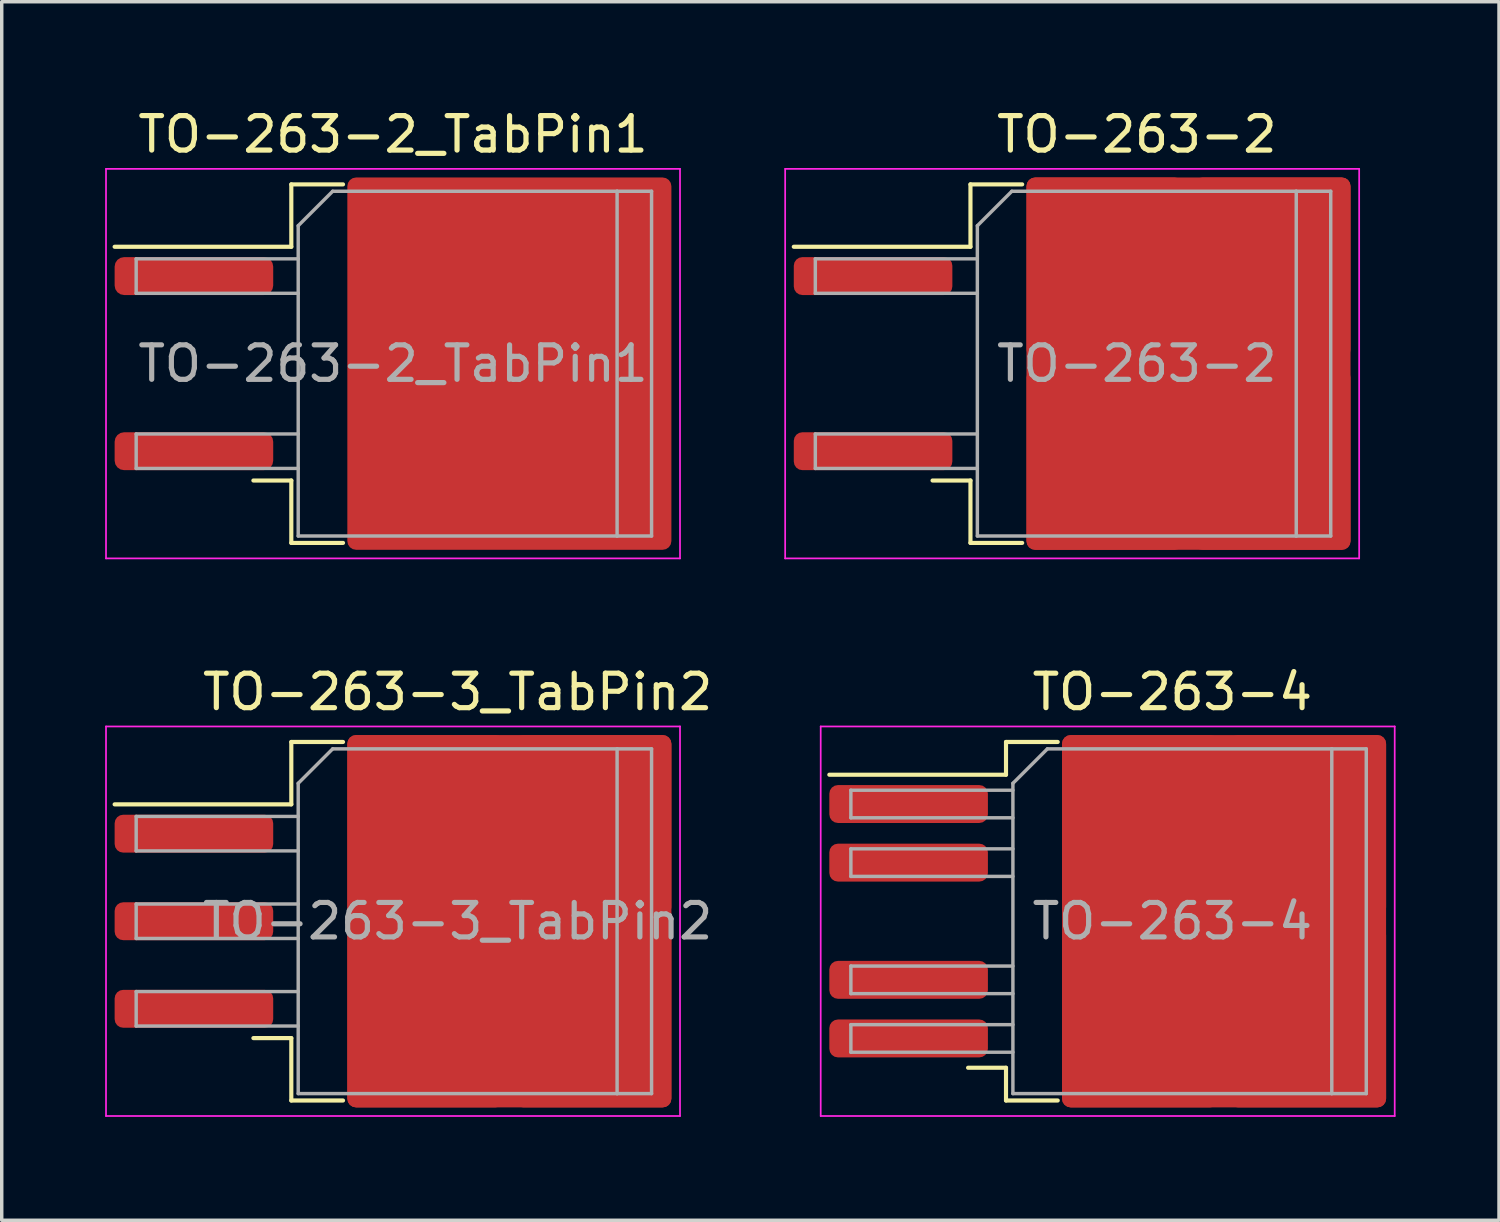
<source format=kicad_pcb>
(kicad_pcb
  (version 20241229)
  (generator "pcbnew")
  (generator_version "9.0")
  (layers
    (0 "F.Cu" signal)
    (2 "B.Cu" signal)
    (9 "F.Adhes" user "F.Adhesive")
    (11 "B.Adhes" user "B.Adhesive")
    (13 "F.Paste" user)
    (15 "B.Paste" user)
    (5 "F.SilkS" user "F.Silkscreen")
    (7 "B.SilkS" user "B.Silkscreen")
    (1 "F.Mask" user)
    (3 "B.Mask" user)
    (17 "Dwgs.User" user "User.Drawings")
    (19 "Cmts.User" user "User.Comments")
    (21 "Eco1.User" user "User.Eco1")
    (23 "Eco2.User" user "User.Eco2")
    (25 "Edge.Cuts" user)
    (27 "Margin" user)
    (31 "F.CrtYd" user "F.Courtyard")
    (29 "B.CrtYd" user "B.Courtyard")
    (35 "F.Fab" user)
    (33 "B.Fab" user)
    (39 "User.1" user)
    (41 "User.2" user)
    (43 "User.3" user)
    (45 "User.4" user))
  (footprint "TO-263-2_TabPin1"
    (layer "F.Cu")
    (at 10.225 7.498)
    (property "Reference" "TO-263-2_TabPin1" (at -1.875 -6.65 0) (layer "F.SilkS") (effects (font (size 1 1) (thickness 0.15))))
    (attr smd)
    (fp_line (start -4.825 -5.2) (end -4.825 -3.39) (stroke (width 0.12) (type solid)) (layer "F.SilkS"))
    (fp_line (start -4.825 -3.39) (end -9.95 -3.39) (stroke (width 0.12) (type solid)) (layer "F.SilkS"))
    (fp_line (start -4.825 3.39) (end -5.925 3.39) (stroke (width 0.12) (type solid)) (layer "F.SilkS"))
    (fp_line (start -4.825 5.2) (end -4.825 3.39) (stroke (width 0.12) (type solid)) (layer "F.SilkS"))
    (fp_line (start -3.325 -5.2) (end -4.825 -5.2) (stroke (width 0.12) (type solid)) (layer "F.SilkS"))
    (fp_line (start -3.325 5.2) (end -4.825 5.2) (stroke (width 0.12) (type solid)) (layer "F.SilkS"))
    (fp_line (start -10.2 -5.65) (end -10.2 5.65) (stroke (width 0.05) (type solid)) (layer "F.CrtYd"))
    (fp_line (start -10.2 5.65) (end 6.45 5.65) (stroke (width 0.05) (type solid)) (layer "F.CrtYd"))
    (fp_line (start 6.45 -5.65) (end -10.2 -5.65) (stroke (width 0.05) (type solid)) (layer "F.CrtYd"))
    (fp_line (start 6.45 5.65) (end 6.45 -5.65) (stroke (width 0.05) (type solid)) (layer "F.CrtYd"))
    (fp_line (start -9.325 -3.04) (end -9.325 -2.04) (stroke (width 0.1) (type solid)) (layer "F.Fab"))
    (fp_line (start -9.325 -2.04) (end -4.625 -2.04) (stroke (width 0.1) (type solid)) (layer "F.Fab"))
    (fp_line (start -9.325 2.04) (end -9.325 3.04) (stroke (width 0.1) (type solid)) (layer "F.Fab"))
    (fp_line (start -9.325 3.04) (end -4.625 3.04) (stroke (width 0.1) (type solid)) (layer "F.Fab"))
    (fp_line (start -4.625 -4) (end -3.625 -5) (stroke (width 0.1) (type solid)) (layer "F.Fab"))
    (fp_line (start -4.625 -3.04) (end -9.325 -3.04) (stroke (width 0.1) (type solid)) (layer "F.Fab"))
    (fp_line (start -4.625 2.04) (end -9.325 2.04) (stroke (width 0.1) (type solid)) (layer "F.Fab"))
    (fp_line (start -4.625 5) (end -4.625 -4) (stroke (width 0.1) (type solid)) (layer "F.Fab"))
    (fp_line (start -3.625 -5) (end 4.625 -5) (stroke (width 0.1) (type solid)) (layer "F.Fab"))
    (fp_line (start 4.625 -5) (end 4.625 5) (stroke (width 0.1) (type solid)) (layer "F.Fab"))
    (fp_line (start 4.625 -5) (end 5.625 -5) (stroke (width 0.1) (type solid)) (layer "F.Fab"))
    (fp_line (start 4.625 5) (end -4.625 5) (stroke (width 0.1) (type solid)) (layer "F.Fab"))
    (fp_line (start 5.625 -5) (end 5.625 5) (stroke (width 0.1) (type solid)) (layer "F.Fab"))
    (fp_line (start 5.625 5) (end 4.625 5) (stroke (width 0.1) (type solid)) (layer "F.Fab"))
    (fp_text user "${REFERENCE}" (at -1.875 0 0) (layer "F.Fab") (effects (font (size 1 1) (thickness 0.15))))
    (pad "" smd roundrect (at -0.925 -2.775) (size 4.55 5.25) (layers "F.Paste") (roundrect_rratio 0.055))
    (pad "" smd roundrect (at -0.925 2.775) (size 4.55 5.25) (layers "F.Paste") (roundrect_rratio 0.055))
    (pad "" smd roundrect (at 3.925 -2.775) (size 4.55 5.25) (layers "F.Paste") (roundrect_rratio 0.055))
    (pad "" smd roundrect (at 3.925 2.775) (size 4.55 5.25) (layers "F.Paste") (roundrect_rratio 0.055))
    (pad "1" smd roundrect (at -7.65 -2.54) (size 4.6 1.1) (layers "F.Cu" "F.Mask" "F.Paste") (roundrect_rratio 0.25))
    (pad "1" smd roundrect (at 1.5 0) (size 9.4 10.8) (layers "F.Cu" "F.Mask") (roundrect_rratio 0.027))
    (pad "2" smd roundrect (at -7.65 2.54) (size 4.6 1.1) (layers "F.Cu" "F.Mask" "F.Paste") (roundrect_rratio 0.25)))
  (footprint "TO-263-4"
    (layer "F.Cu")
    (at 30.956 23.672)
    (property "Reference" "TO-263-4" (at 0 -6.65 0) (layer "F.SilkS") (effects (font (size 1 1) (thickness 0.15))))
    (attr smd)
    (fp_line (start -4.825 -5.2) (end -4.825 -4.25) (stroke (width 0.12) (type solid)) (layer "F.SilkS"))
    (fp_line (start -4.825 -4.25) (end -9.95 -4.25) (stroke (width 0.12) (type solid)) (layer "F.SilkS"))
    (fp_line (start -4.825 4.25) (end -5.925 4.25) (stroke (width 0.12) (type solid)) (layer "F.SilkS"))
    (fp_line (start -4.825 5.2) (end -4.825 4.25) (stroke (width 0.12) (type solid)) (layer "F.SilkS"))
    (fp_line (start -3.325 -5.2) (end -4.825 -5.2) (stroke (width 0.12) (type solid)) (layer "F.SilkS"))
    (fp_line (start -3.325 5.2) (end -4.825 5.2) (stroke (width 0.12) (type solid)) (layer "F.SilkS"))
    (fp_line (start -10.2 -5.65) (end -10.2 5.65) (stroke (width 0.05) (type solid)) (layer "F.CrtYd"))
    (fp_line (start -10.2 5.65) (end 6.45 5.65) (stroke (width 0.05) (type solid)) (layer "F.CrtYd"))
    (fp_line (start 6.45 -5.65) (end -10.2 -5.65) (stroke (width 0.05) (type solid)) (layer "F.CrtYd"))
    (fp_line (start 6.45 5.65) (end 6.45 -5.65) (stroke (width 0.05) (type solid)) (layer "F.CrtYd"))
    (fp_line (start -9.325 -3.8) (end -9.325 -3) (stroke (width 0.1) (type solid)) (layer "F.Fab"))
    (fp_line (start -9.325 -3) (end -4.625 -3) (stroke (width 0.1) (type solid)) (layer "F.Fab"))
    (fp_line (start -9.325 -2.1) (end -9.325 -1.3) (stroke (width 0.1) (type solid)) (layer "F.Fab"))
    (fp_line (start -9.325 -1.3) (end -4.625 -1.3) (stroke (width 0.1) (type solid)) (layer "F.Fab"))
    (fp_line (start -9.325 1.3) (end -9.325 2.1) (stroke (width 0.1) (type solid)) (layer "F.Fab"))
    (fp_line (start -9.325 2.1) (end -4.625 2.1) (stroke (width 0.1) (type solid)) (layer "F.Fab"))
    (fp_line (start -9.325 3) (end -9.325 3.8) (stroke (width 0.1) (type solid)) (layer "F.Fab"))
    (fp_line (start -9.325 3.8) (end -4.625 3.8) (stroke (width 0.1) (type solid)) (layer "F.Fab"))
    (fp_line (start -4.625 -4) (end -3.625 -5) (stroke (width 0.1) (type solid)) (layer "F.Fab"))
    (fp_line (start -4.625 -3.8) (end -9.325 -3.8) (stroke (width 0.1) (type solid)) (layer "F.Fab"))
    (fp_line (start -4.625 -2.1) (end -9.325 -2.1) (stroke (width 0.1) (type solid)) (layer "F.Fab"))
    (fp_line (start -4.625 1.3) (end -9.325 1.3) (stroke (width 0.1) (type solid)) (layer "F.Fab"))
    (fp_line (start -4.625 3) (end -9.325 3) (stroke (width 0.1) (type solid)) (layer "F.Fab"))
    (fp_line (start -4.625 5) (end -4.625 -4) (stroke (width 0.1) (type solid)) (layer "F.Fab"))
    (fp_line (start -3.625 -5) (end 4.625 -5) (stroke (width 0.1) (type solid)) (layer "F.Fab"))
    (fp_line (start 4.625 -5) (end 4.625 5) (stroke (width 0.1) (type solid)) (layer "F.Fab"))
    (fp_line (start 4.625 -5) (end 5.625 -5) (stroke (width 0.1) (type solid)) (layer "F.Fab"))
    (fp_line (start 4.625 5) (end -4.625 5) (stroke (width 0.1) (type solid)) (layer "F.Fab"))
    (fp_line (start 5.625 -5) (end 5.625 5) (stroke (width 0.1) (type solid)) (layer "F.Fab"))
    (fp_line (start 5.625 5) (end 4.625 5) (stroke (width 0.1) (type solid)) (layer "F.Fab"))
    (fp_text user "${REFERENCE}" (at 0 0 0) (layer "F.Fab") (effects (font (size 1 1) (thickness 0.15))))
    (pad "1" smd roundrect (at -7.65 -3.4) (size 4.6 1.1) (layers "F.Cu" "F.Mask" "F.Paste") (roundrect_rratio 0.227))
    (pad "2" smd roundrect (at -7.65 -1.7) (size 4.6 1.1) (layers "F.Cu" "F.Mask" "F.Paste") (roundrect_rratio 0.227))
    (pad "3" smd roundrect (at -0.925 -2.775) (size 4.55 5.25) (layers "F.Cu" "F.Paste") (roundrect_rratio 0.055))
    (pad "3" smd roundrect (at -0.925 2.775) (size 4.55 5.25) (layers "F.Cu" "F.Paste") (roundrect_rratio 0.055))
    (pad "3" smd roundrect (at 1.5 0) (size 9.4 10.8) (layers "F.Cu" "F.Mask") (roundrect_rratio 0.027))
    (pad "3" smd roundrect (at 3.925 -2.775) (size 4.55 5.25) (layers "F.Cu" "F.Paste") (roundrect_rratio 0.055))
    (pad "3" smd roundrect (at 3.925 2.775) (size 4.55 5.25) (layers "F.Cu" "F.Paste") (roundrect_rratio 0.055))
    (pad "4" smd roundrect (at -7.65 1.7) (size 4.6 1.1) (layers "F.Cu" "F.Mask" "F.Paste") (roundrect_rratio 0.227))
    (pad "5" smd roundrect (at -7.65 3.4) (size 4.6 1.1) (layers "F.Cu" "F.Mask" "F.Paste") (roundrect_rratio 0.227)))
  (footprint "TO-263-2"
    (layer "F.Cu")
    (at 29.925 7.498)
    (property "Reference" "TO-263-2" (at 0 -6.65 0) (layer "F.SilkS") (effects (font (size 1 1) (thickness 0.15))))
    (attr smd)
    (fp_line (start -4.825 -5.2) (end -4.825 -3.39) (stroke (width 0.12) (type solid)) (layer "F.SilkS"))
    (fp_line (start -4.825 -3.39) (end -9.95 -3.39) (stroke (width 0.12) (type solid)) (layer "F.SilkS"))
    (fp_line (start -4.825 3.39) (end -5.925 3.39) (stroke (width 0.12) (type solid)) (layer "F.SilkS"))
    (fp_line (start -4.825 5.2) (end -4.825 3.39) (stroke (width 0.12) (type solid)) (layer "F.SilkS"))
    (fp_line (start -3.325 -5.2) (end -4.825 -5.2) (stroke (width 0.12) (type solid)) (layer "F.SilkS"))
    (fp_line (start -3.325 5.2) (end -4.825 5.2) (stroke (width 0.12) (type solid)) (layer "F.SilkS"))
    (fp_line (start -10.2 -5.65) (end -10.2 5.65) (stroke (width 0.05) (type solid)) (layer "F.CrtYd"))
    (fp_line (start -10.2 5.65) (end 6.45 5.65) (stroke (width 0.05) (type solid)) (layer "F.CrtYd"))
    (fp_line (start 6.45 -5.65) (end -10.2 -5.65) (stroke (width 0.05) (type solid)) (layer "F.CrtYd"))
    (fp_line (start 6.45 5.65) (end 6.45 -5.65) (stroke (width 0.05) (type solid)) (layer "F.CrtYd"))
    (fp_line (start -9.325 -3.04) (end -9.325 -2.04) (stroke (width 0.1) (type solid)) (layer "F.Fab"))
    (fp_line (start -9.325 -2.04) (end -4.625 -2.04) (stroke (width 0.1) (type solid)) (layer "F.Fab"))
    (fp_line (start -9.325 2.04) (end -9.325 3.04) (stroke (width 0.1) (type solid)) (layer "F.Fab"))
    (fp_line (start -9.325 3.04) (end -4.625 3.04) (stroke (width 0.1) (type solid)) (layer "F.Fab"))
    (fp_line (start -4.625 -4) (end -3.625 -5) (stroke (width 0.1) (type solid)) (layer "F.Fab"))
    (fp_line (start -4.625 -3.04) (end -9.325 -3.04) (stroke (width 0.1) (type solid)) (layer "F.Fab"))
    (fp_line (start -4.625 2.04) (end -9.325 2.04) (stroke (width 0.1) (type solid)) (layer "F.Fab"))
    (fp_line (start -4.625 5) (end -4.625 -4) (stroke (width 0.1) (type solid)) (layer "F.Fab"))
    (fp_line (start -3.625 -5) (end 4.625 -5) (stroke (width 0.1) (type solid)) (layer "F.Fab"))
    (fp_line (start 4.625 -5) (end 4.625 5) (stroke (width 0.1) (type solid)) (layer "F.Fab"))
    (fp_line (start 4.625 -5) (end 5.625 -5) (stroke (width 0.1) (type solid)) (layer "F.Fab"))
    (fp_line (start 4.625 5) (end -4.625 5) (stroke (width 0.1) (type solid)) (layer "F.Fab"))
    (fp_line (start 5.625 -5) (end 5.625 5) (stroke (width 0.1) (type solid)) (layer "F.Fab"))
    (fp_line (start 5.625 5) (end 4.625 5) (stroke (width 0.1) (type solid)) (layer "F.Fab"))
    (fp_text user "${REFERENCE}" (at 0 0 0) (layer "F.Fab") (effects (font (size 1 1) (thickness 0.15))))
    (pad "1" smd roundrect (at -7.65 -2.54) (size 4.6 1.1) (layers "F.Cu" "F.Mask" "F.Paste") (roundrect_rratio 0.227))
    (pad "2" smd roundrect (at -0.925 -2.775) (size 4.55 5.25) (layers "F.Cu" "F.Paste") (roundrect_rratio 0.055))
    (pad "2" smd roundrect (at -0.925 2.775) (size 4.55 5.25) (layers "F.Cu" "F.Paste") (roundrect_rratio 0.055))
    (pad "2" smd roundrect (at 1.5 0) (size 9.4 10.8) (layers "F.Cu" "F.Mask") (roundrect_rratio 0.027))
    (pad "2" smd roundrect (at 3.925 -2.775) (size 4.55 5.25) (layers "F.Cu" "F.Paste") (roundrect_rratio 0.055))
    (pad "2" smd roundrect (at 3.925 2.775) (size 4.55 5.25) (layers "F.Cu" "F.Paste") (roundrect_rratio 0.055))
    (pad "3" smd roundrect (at -7.65 2.54) (size 4.6 1.1) (layers "F.Cu" "F.Mask" "F.Paste") (roundrect_rratio 0.227)))
  (footprint "TO-263-3_TabPin2"
    (layer "F.Cu")
    (at 10.225 23.672)
    (property "Reference" "TO-263-3_TabPin2" (at 0 -6.65 0) (layer "F.SilkS") (effects (font (size 1 1) (thickness 0.15))))
    (attr smd)
    (fp_line (start -4.825 -5.2) (end -4.825 -3.39) (stroke (width 0.12) (type solid)) (layer "F.SilkS"))
    (fp_line (start -4.825 -3.39) (end -9.95 -3.39) (stroke (width 0.12) (type solid)) (layer "F.SilkS"))
    (fp_line (start -4.825 3.39) (end -5.925 3.39) (stroke (width 0.12) (type solid)) (layer "F.SilkS"))
    (fp_line (start -4.825 5.2) (end -4.825 3.39) (stroke (width 0.12) (type solid)) (layer "F.SilkS"))
    (fp_line (start -3.325 -5.2) (end -4.825 -5.2) (stroke (width 0.12) (type solid)) (layer "F.SilkS"))
    (fp_line (start -3.325 5.2) (end -4.825 5.2) (stroke (width 0.12) (type solid)) (layer "F.SilkS"))
    (fp_line (start -10.2 -5.65) (end -10.2 5.65) (stroke (width 0.05) (type solid)) (layer "F.CrtYd"))
    (fp_line (start -10.2 5.65) (end 6.45 5.65) (stroke (width 0.05) (type solid)) (layer "F.CrtYd"))
    (fp_line (start 6.45 -5.65) (end -10.2 -5.65) (stroke (width 0.05) (type solid)) (layer "F.CrtYd"))
    (fp_line (start 6.45 5.65) (end 6.45 -5.65) (stroke (width 0.05) (type solid)) (layer "F.CrtYd"))
    (fp_line (start -9.325 -3.04) (end -9.325 -2.04) (stroke (width 0.1) (type solid)) (layer "F.Fab"))
    (fp_line (start -9.325 -2.04) (end -4.625 -2.04) (stroke (width 0.1) (type solid)) (layer "F.Fab"))
    (fp_line (start -9.325 -0.5) (end -9.325 0.5) (stroke (width 0.1) (type solid)) (layer "F.Fab"))
    (fp_line (start -9.325 0.5) (end -4.625 0.5) (stroke (width 0.1) (type solid)) (layer "F.Fab"))
    (fp_line (start -9.325 2.04) (end -9.325 3.04) (stroke (width 0.1) (type solid)) (layer "F.Fab"))
    (fp_line (start -9.325 3.04) (end -4.625 3.04) (stroke (width 0.1) (type solid)) (layer "F.Fab"))
    (fp_line (start -4.625 -4) (end -3.625 -5) (stroke (width 0.1) (type solid)) (layer "F.Fab"))
    (fp_line (start -4.625 -3.04) (end -9.325 -3.04) (stroke (width 0.1) (type solid)) (layer "F.Fab"))
    (fp_line (start -4.625 -0.5) (end -9.325 -0.5) (stroke (width 0.1) (type solid)) (layer "F.Fab"))
    (fp_line (start -4.625 2.04) (end -9.325 2.04) (stroke (width 0.1) (type solid)) (layer "F.Fab"))
    (fp_line (start -4.625 5) (end -4.625 -4) (stroke (width 0.1) (type solid)) (layer "F.Fab"))
    (fp_line (start -3.625 -5) (end 4.625 -5) (stroke (width 0.1) (type solid)) (layer "F.Fab"))
    (fp_line (start 4.625 -5) (end 4.625 5) (stroke (width 0.1) (type solid)) (layer "F.Fab"))
    (fp_line (start 4.625 -5) (end 5.625 -5) (stroke (width 0.1) (type solid)) (layer "F.Fab"))
    (fp_line (start 4.625 5) (end -4.625 5) (stroke (width 0.1) (type solid)) (layer "F.Fab"))
    (fp_line (start 5.625 -5) (end 5.625 5) (stroke (width 0.1) (type solid)) (layer "F.Fab"))
    (fp_line (start 5.625 5) (end 4.625 5) (stroke (width 0.1) (type solid)) (layer "F.Fab"))
    (fp_text user "${REFERENCE}" (at 0 0 0) (layer "F.Fab") (effects (font (size 1 1) (thickness 0.15))))
    (pad "1" smd roundrect (at -7.65 -2.54) (size 4.6 1.1) (layers "F.Cu" "F.Mask" "F.Paste") (roundrect_rratio 0.227))
    (pad "2" smd roundrect (at -7.65 0) (size 4.6 1.1) (layers "F.Cu" "F.Mask" "F.Paste") (roundrect_rratio 0.227))
    (pad "2" smd roundrect (at -0.925 -2.775) (size 4.55 5.25) (layers "F.Cu" "F.Paste") (roundrect_rratio 0.055))
    (pad "2" smd roundrect (at -0.925 2.775) (size 4.55 5.25) (layers "F.Cu" "F.Paste") (roundrect_rratio 0.055))
    (pad "2" smd roundrect (at 1.5 0) (size 9.4 10.8) (layers "F.Cu" "F.Mask") (roundrect_rratio 0.027))
    (pad "2" smd roundrect (at 3.925 -2.775) (size 4.55 5.25) (layers "F.Cu" "F.Paste") (roundrect_rratio 0.055))
    (pad "2" smd roundrect (at 3.925 2.775) (size 4.55 5.25) (layers "F.Cu" "F.Paste") (roundrect_rratio 0.055))
    (pad "3" smd roundrect (at -7.65 2.54) (size 4.6 1.1) (layers "F.Cu" "F.Mask" "F.Paste") (roundrect_rratio 0.227)))
  (gr_rect
    (start -3 -3)
    (end 40.431 32.346)
    (stroke (width 0.1) (type default))
    (fill no)
    (layer "Edge.Cuts")))
</source>
